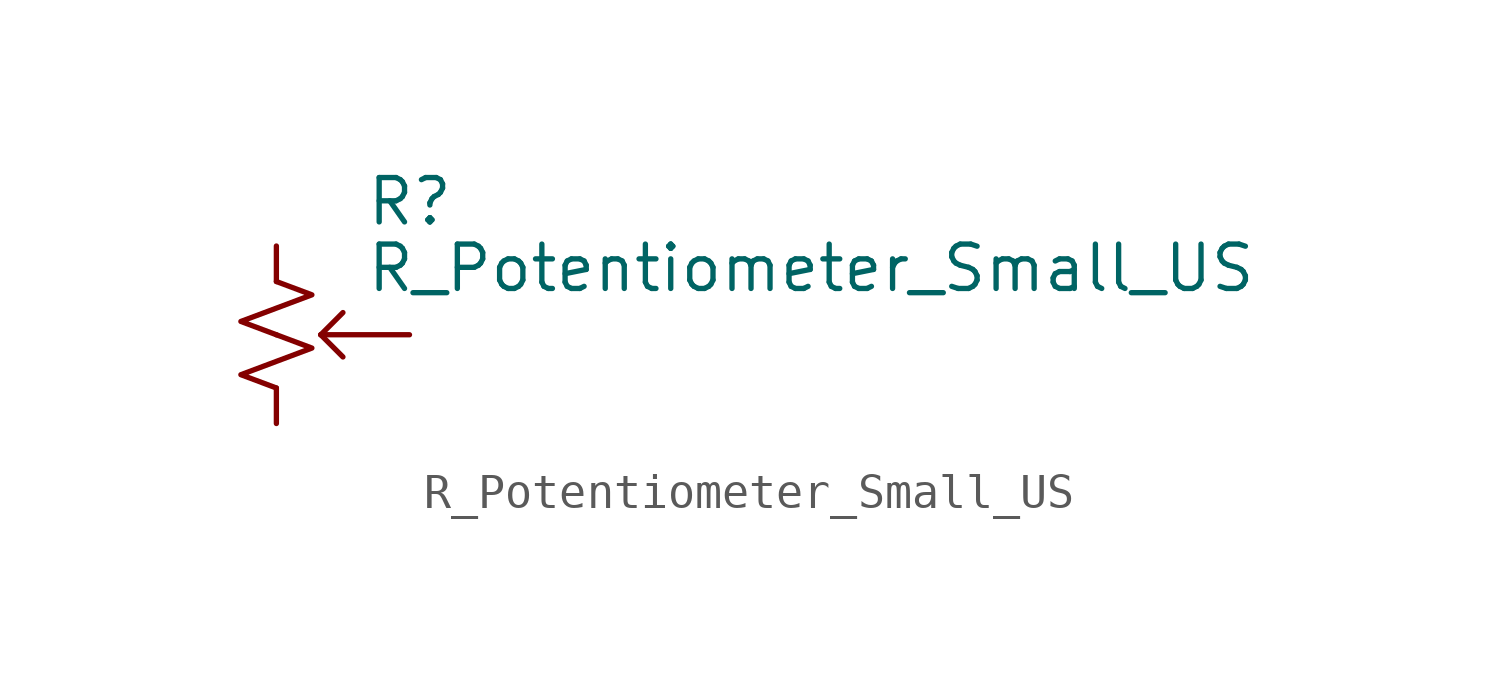
<source format=kicad_sym>
(kicad_symbol_lib
  (version 20231120)
  (generator "kicad_symbol_editor")
  (generator_version "8.0")
  (symbol "R_Potentiometer_Small_US"
    (pin_numbers hide)
    (pin_names
      (offset 0.254) hide)
    (property "Reference" "R"
      (at 2.54 3.81 0)
      (effects (font (size 1.27 1.27)) (justify left)))
    (property "Value" "R_Potentiometer_Small_US"
      (at 2.54 1.905 0)
      (effects (font (size 1.27 1.27)) (justify left)))
    (symbol "R_Potentiometer_Small_US_0_1"
      (polyline (pts (xy 1.27 0) (xy 1.905 -0.635)) (stroke (width 0) (type default)) (fill (type none)))
      (polyline (pts (xy 1.27 0) (xy 1.905 0.635)) (stroke (width 0) (type default)) (fill (type none))))
    (symbol "R_Potentiometer_Small_US_1_1"
      (polyline (pts (xy 0 0) (xy 1.016 -0.381) (xy 0 -0.762) (xy -1.016 -1.143) (xy 0 -1.524)) (stroke (width 0) (type default)) (fill (type none)))
      (polyline (pts (xy 0 1.524) (xy 1.016 1.143) (xy 0 0.762) (xy -1.016 0.381) (xy 0 0)) (stroke (width 0) (type default)) (fill (type none)))
      (pin passive line (at 0 2.54 270) (length 1.016) (name "~" (effects (font (size 1.27 1.27)))) (number "1" (effects (font (size 1.27 1.27)))))
      (pin passive line (at 0 -2.54 90) (length 1.016) (name "~" (effects (font (size 1.27 1.27)))) (number "2" (effects (font (size 1.27 1.27)))))
      (pin passive line (at 3.81 0 180) (length 2.54) (name "~" (effects (font (size 1.27 1.27)))) (number "3" (effects (font (size 1.27 1.27))))))))
</source>
